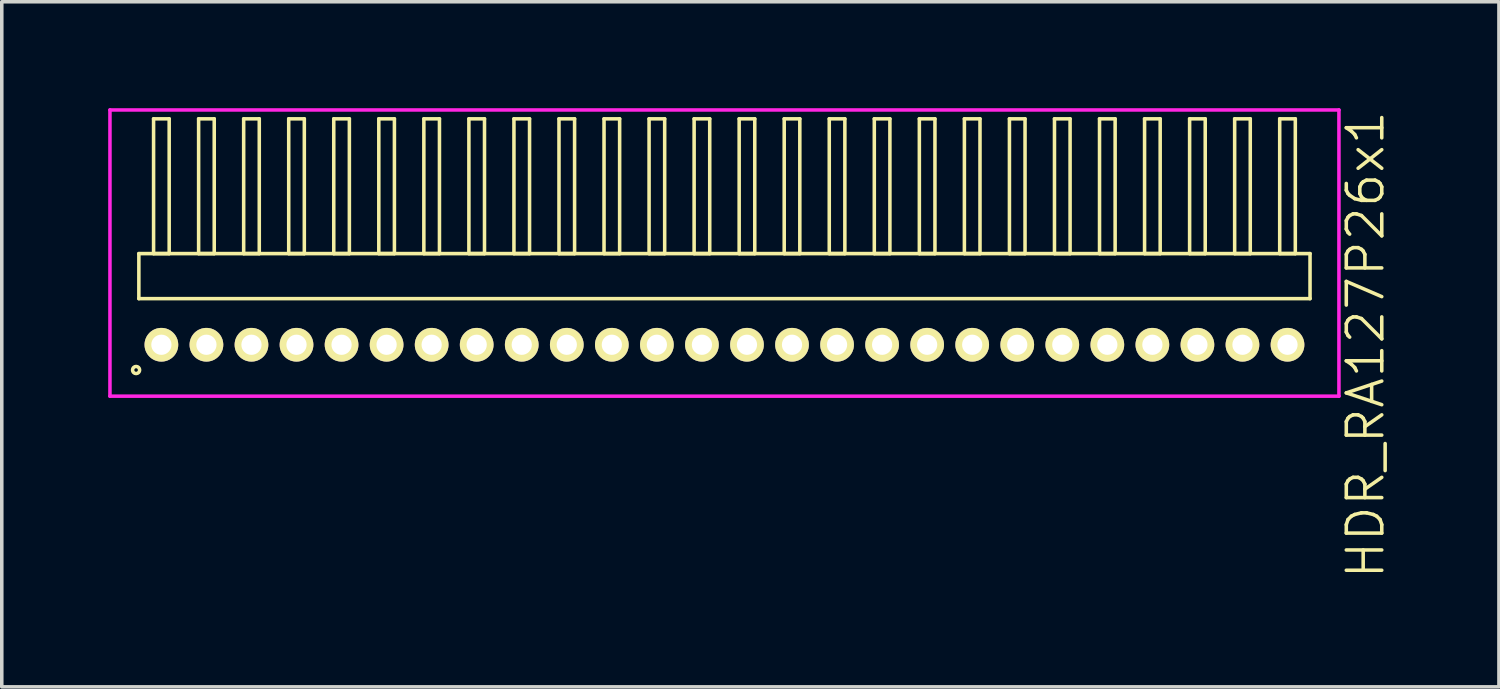
<source format=kicad_pcb>
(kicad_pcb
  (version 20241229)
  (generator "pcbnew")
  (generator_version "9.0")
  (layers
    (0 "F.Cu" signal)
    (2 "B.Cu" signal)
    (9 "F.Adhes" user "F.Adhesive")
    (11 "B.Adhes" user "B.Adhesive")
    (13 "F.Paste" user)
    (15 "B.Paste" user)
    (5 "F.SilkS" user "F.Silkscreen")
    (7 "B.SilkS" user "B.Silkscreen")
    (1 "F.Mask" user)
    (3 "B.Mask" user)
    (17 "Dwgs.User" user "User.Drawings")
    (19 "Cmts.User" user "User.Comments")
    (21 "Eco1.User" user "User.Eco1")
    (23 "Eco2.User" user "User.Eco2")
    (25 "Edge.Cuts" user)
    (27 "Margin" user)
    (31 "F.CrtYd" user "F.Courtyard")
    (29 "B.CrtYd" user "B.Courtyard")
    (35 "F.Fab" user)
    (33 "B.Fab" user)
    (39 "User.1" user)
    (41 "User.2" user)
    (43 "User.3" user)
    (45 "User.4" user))
  (footprint "HDR_RA127P26x1"
    (layer "F.Cu")
    (at 17.375 6.67)
    (property "Reference" "HDR_RA127P26x1" (at 18.075 0 90) (layer "F.SilkS") (effects (font (size 1 1) (thickness 0.1))))
    (attr through_hole)
    (fp_line (start -16.51 -2.57) (end -16.51 -1.3) (stroke (width 0.1) (type solid)) (layer "F.SilkS"))
    (fp_line (start -16.51 -1.3) (end 16.51 -1.3) (stroke (width 0.1) (type solid)) (layer "F.SilkS"))
    (fp_line (start -16.095 -6.37) (end -16.095 -2.57) (stroke (width 0.1) (type solid)) (layer "F.SilkS"))
    (fp_line (start -16.095 -2.57) (end -15.655 -2.57) (stroke (width 0.1) (type solid)) (layer "F.SilkS"))
    (fp_line (start -15.655 -6.37) (end -16.095 -6.37) (stroke (width 0.1) (type solid)) (layer "F.SilkS"))
    (fp_line (start -15.655 -2.57) (end -15.655 -6.37) (stroke (width 0.1) (type solid)) (layer "F.SilkS"))
    (fp_line (start -14.825 -6.37) (end -14.825 -2.57) (stroke (width 0.1) (type solid)) (layer "F.SilkS"))
    (fp_line (start -14.825 -2.57) (end -14.385 -2.57) (stroke (width 0.1) (type solid)) (layer "F.SilkS"))
    (fp_line (start -14.385 -6.37) (end -14.825 -6.37) (stroke (width 0.1) (type solid)) (layer "F.SilkS"))
    (fp_line (start -14.385 -2.57) (end -14.385 -6.37) (stroke (width 0.1) (type solid)) (layer "F.SilkS"))
    (fp_line (start -13.555 -6.37) (end -13.555 -2.57) (stroke (width 0.1) (type solid)) (layer "F.SilkS"))
    (fp_line (start -13.555 -2.57) (end -13.115 -2.57) (stroke (width 0.1) (type solid)) (layer "F.SilkS"))
    (fp_line (start -13.115 -6.37) (end -13.555 -6.37) (stroke (width 0.1) (type solid)) (layer "F.SilkS"))
    (fp_line (start -13.115 -2.57) (end -13.115 -6.37) (stroke (width 0.1) (type solid)) (layer "F.SilkS"))
    (fp_line (start -12.285 -6.37) (end -12.285 -2.57) (stroke (width 0.1) (type solid)) (layer "F.SilkS"))
    (fp_line (start -12.285 -2.57) (end -11.845 -2.57) (stroke (width 0.1) (type solid)) (layer "F.SilkS"))
    (fp_line (start -11.845 -6.37) (end -12.285 -6.37) (stroke (width 0.1) (type solid)) (layer "F.SilkS"))
    (fp_line (start -11.845 -2.57) (end -11.845 -6.37) (stroke (width 0.1) (type solid)) (layer "F.SilkS"))
    (fp_line (start -11.015 -6.37) (end -11.015 -2.57) (stroke (width 0.1) (type solid)) (layer "F.SilkS"))
    (fp_line (start -11.015 -2.57) (end -10.575 -2.57) (stroke (width 0.1) (type solid)) (layer "F.SilkS"))
    (fp_line (start -10.575 -6.37) (end -11.015 -6.37) (stroke (width 0.1) (type solid)) (layer "F.SilkS"))
    (fp_line (start -10.575 -2.57) (end -10.575 -6.37) (stroke (width 0.1) (type solid)) (layer "F.SilkS"))
    (fp_line (start -9.745 -6.37) (end -9.745 -2.57) (stroke (width 0.1) (type solid)) (layer "F.SilkS"))
    (fp_line (start -9.745 -2.57) (end -9.305 -2.57) (stroke (width 0.1) (type solid)) (layer "F.SilkS"))
    (fp_line (start -9.305 -6.37) (end -9.745 -6.37) (stroke (width 0.1) (type solid)) (layer "F.SilkS"))
    (fp_line (start -9.305 -2.57) (end -9.305 -6.37) (stroke (width 0.1) (type solid)) (layer "F.SilkS"))
    (fp_line (start -8.475 -6.37) (end -8.475 -2.57) (stroke (width 0.1) (type solid)) (layer "F.SilkS"))
    (fp_line (start -8.475 -2.57) (end -8.035 -2.57) (stroke (width 0.1) (type solid)) (layer "F.SilkS"))
    (fp_line (start -8.035 -6.37) (end -8.475 -6.37) (stroke (width 0.1) (type solid)) (layer "F.SilkS"))
    (fp_line (start -8.035 -2.57) (end -8.035 -6.37) (stroke (width 0.1) (type solid)) (layer "F.SilkS"))
    (fp_line (start -7.205 -6.37) (end -7.205 -2.57) (stroke (width 0.1) (type solid)) (layer "F.SilkS"))
    (fp_line (start -7.205 -2.57) (end -6.765 -2.57) (stroke (width 0.1) (type solid)) (layer "F.SilkS"))
    (fp_line (start -6.765 -6.37) (end -7.205 -6.37) (stroke (width 0.1) (type solid)) (layer "F.SilkS"))
    (fp_line (start -6.765 -2.57) (end -6.765 -6.37) (stroke (width 0.1) (type solid)) (layer "F.SilkS"))
    (fp_line (start -5.935 -6.37) (end -5.935 -2.57) (stroke (width 0.1) (type solid)) (layer "F.SilkS"))
    (fp_line (start -5.935 -2.57) (end -5.495 -2.57) (stroke (width 0.1) (type solid)) (layer "F.SilkS"))
    (fp_line (start -5.495 -6.37) (end -5.935 -6.37) (stroke (width 0.1) (type solid)) (layer "F.SilkS"))
    (fp_line (start -5.495 -2.57) (end -5.495 -6.37) (stroke (width 0.1) (type solid)) (layer "F.SilkS"))
    (fp_line (start -4.665 -6.37) (end -4.665 -2.57) (stroke (width 0.1) (type solid)) (layer "F.SilkS"))
    (fp_line (start -4.665 -2.57) (end -4.225 -2.57) (stroke (width 0.1) (type solid)) (layer "F.SilkS"))
    (fp_line (start -4.225 -6.37) (end -4.665 -6.37) (stroke (width 0.1) (type solid)) (layer "F.SilkS"))
    (fp_line (start -4.225 -2.57) (end -4.225 -6.37) (stroke (width 0.1) (type solid)) (layer "F.SilkS"))
    (fp_line (start -3.395 -6.37) (end -3.395 -2.57) (stroke (width 0.1) (type solid)) (layer "F.SilkS"))
    (fp_line (start -3.395 -2.57) (end -2.955 -2.57) (stroke (width 0.1) (type solid)) (layer "F.SilkS"))
    (fp_line (start -2.955 -6.37) (end -3.395 -6.37) (stroke (width 0.1) (type solid)) (layer "F.SilkS"))
    (fp_line (start -2.955 -2.57) (end -2.955 -6.37) (stroke (width 0.1) (type solid)) (layer "F.SilkS"))
    (fp_line (start -2.125 -6.37) (end -2.125 -2.57) (stroke (width 0.1) (type solid)) (layer "F.SilkS"))
    (fp_line (start -2.125 -2.57) (end -1.685 -2.57) (stroke (width 0.1) (type solid)) (layer "F.SilkS"))
    (fp_line (start -1.685 -6.37) (end -2.125 -6.37) (stroke (width 0.1) (type solid)) (layer "F.SilkS"))
    (fp_line (start -1.685 -2.57) (end -1.685 -6.37) (stroke (width 0.1) (type solid)) (layer "F.SilkS"))
    (fp_line (start -0.855 -6.37) (end -0.855 -2.57) (stroke (width 0.1) (type solid)) (layer "F.SilkS"))
    (fp_line (start -0.855 -2.57) (end -0.415 -2.57) (stroke (width 0.1) (type solid)) (layer "F.SilkS"))
    (fp_line (start -0.415 -6.37) (end -0.855 -6.37) (stroke (width 0.1) (type solid)) (layer "F.SilkS"))
    (fp_line (start -0.415 -2.57) (end -0.415 -6.37) (stroke (width 0.1) (type solid)) (layer "F.SilkS"))
    (fp_line (start 0.415 -6.37) (end 0.415 -2.57) (stroke (width 0.1) (type solid)) (layer "F.SilkS"))
    (fp_line (start 0.415 -2.57) (end 0.855 -2.57) (stroke (width 0.1) (type solid)) (layer "F.SilkS"))
    (fp_line (start 0.855 -6.37) (end 0.415 -6.37) (stroke (width 0.1) (type solid)) (layer "F.SilkS"))
    (fp_line (start 0.855 -2.57) (end 0.855 -6.37) (stroke (width 0.1) (type solid)) (layer "F.SilkS"))
    (fp_line (start 1.685 -6.37) (end 1.685 -2.57) (stroke (width 0.1) (type solid)) (layer "F.SilkS"))
    (fp_line (start 1.685 -2.57) (end 2.125 -2.57) (stroke (width 0.1) (type solid)) (layer "F.SilkS"))
    (fp_line (start 2.125 -6.37) (end 1.685 -6.37) (stroke (width 0.1) (type solid)) (layer "F.SilkS"))
    (fp_line (start 2.125 -2.57) (end 2.125 -6.37) (stroke (width 0.1) (type solid)) (layer "F.SilkS"))
    (fp_line (start 2.955 -6.37) (end 2.955 -2.57) (stroke (width 0.1) (type solid)) (layer "F.SilkS"))
    (fp_line (start 2.955 -2.57) (end 3.395 -2.57) (stroke (width 0.1) (type solid)) (layer "F.SilkS"))
    (fp_line (start 3.395 -6.37) (end 2.955 -6.37) (stroke (width 0.1) (type solid)) (layer "F.SilkS"))
    (fp_line (start 3.395 -2.57) (end 3.395 -6.37) (stroke (width 0.1) (type solid)) (layer "F.SilkS"))
    (fp_line (start 4.225 -6.37) (end 4.225 -2.57) (stroke (width 0.1) (type solid)) (layer "F.SilkS"))
    (fp_line (start 4.225 -2.57) (end 4.665 -2.57) (stroke (width 0.1) (type solid)) (layer "F.SilkS"))
    (fp_line (start 4.665 -6.37) (end 4.225 -6.37) (stroke (width 0.1) (type solid)) (layer "F.SilkS"))
    (fp_line (start 4.665 -2.57) (end 4.665 -6.37) (stroke (width 0.1) (type solid)) (layer "F.SilkS"))
    (fp_line (start 5.495 -6.37) (end 5.495 -2.57) (stroke (width 0.1) (type solid)) (layer "F.SilkS"))
    (fp_line (start 5.495 -2.57) (end 5.935 -2.57) (stroke (width 0.1) (type solid)) (layer "F.SilkS"))
    (fp_line (start 5.935 -6.37) (end 5.495 -6.37) (stroke (width 0.1) (type solid)) (layer "F.SilkS"))
    (fp_line (start 5.935 -2.57) (end 5.935 -6.37) (stroke (width 0.1) (type solid)) (layer "F.SilkS"))
    (fp_line (start 6.765 -6.37) (end 6.765 -2.57) (stroke (width 0.1) (type solid)) (layer "F.SilkS"))
    (fp_line (start 6.765 -2.57) (end 7.205 -2.57) (stroke (width 0.1) (type solid)) (layer "F.SilkS"))
    (fp_line (start 7.205 -6.37) (end 6.765 -6.37) (stroke (width 0.1) (type solid)) (layer "F.SilkS"))
    (fp_line (start 7.205 -2.57) (end 7.205 -6.37) (stroke (width 0.1) (type solid)) (layer "F.SilkS"))
    (fp_line (start 8.035 -6.37) (end 8.035 -2.57) (stroke (width 0.1) (type solid)) (layer "F.SilkS"))
    (fp_line (start 8.035 -2.57) (end 8.475 -2.57) (stroke (width 0.1) (type solid)) (layer "F.SilkS"))
    (fp_line (start 8.475 -6.37) (end 8.035 -6.37) (stroke (width 0.1) (type solid)) (layer "F.SilkS"))
    (fp_line (start 8.475 -2.57) (end 8.475 -6.37) (stroke (width 0.1) (type solid)) (layer "F.SilkS"))
    (fp_line (start 9.305 -6.37) (end 9.305 -2.57) (stroke (width 0.1) (type solid)) (layer "F.SilkS"))
    (fp_line (start 9.305 -2.57) (end 9.745 -2.57) (stroke (width 0.1) (type solid)) (layer "F.SilkS"))
    (fp_line (start 9.745 -6.37) (end 9.305 -6.37) (stroke (width 0.1) (type solid)) (layer "F.SilkS"))
    (fp_line (start 9.745 -2.57) (end 9.745 -6.37) (stroke (width 0.1) (type solid)) (layer "F.SilkS"))
    (fp_line (start 10.575 -6.37) (end 10.575 -2.57) (stroke (width 0.1) (type solid)) (layer "F.SilkS"))
    (fp_line (start 10.575 -2.57) (end 11.015 -2.57) (stroke (width 0.1) (type solid)) (layer "F.SilkS"))
    (fp_line (start 11.015 -6.37) (end 10.575 -6.37) (stroke (width 0.1) (type solid)) (layer "F.SilkS"))
    (fp_line (start 11.015 -2.57) (end 11.015 -6.37) (stroke (width 0.1) (type solid)) (layer "F.SilkS"))
    (fp_line (start 11.845 -6.37) (end 11.845 -2.57) (stroke (width 0.1) (type solid)) (layer "F.SilkS"))
    (fp_line (start 11.845 -2.57) (end 12.285 -2.57) (stroke (width 0.1) (type solid)) (layer "F.SilkS"))
    (fp_line (start 12.285 -6.37) (end 11.845 -6.37) (stroke (width 0.1) (type solid)) (layer "F.SilkS"))
    (fp_line (start 12.285 -2.57) (end 12.285 -6.37) (stroke (width 0.1) (type solid)) (layer "F.SilkS"))
    (fp_line (start 13.115 -6.37) (end 13.115 -2.57) (stroke (width 0.1) (type solid)) (layer "F.SilkS"))
    (fp_line (start 13.115 -2.57) (end 13.555 -2.57) (stroke (width 0.1) (type solid)) (layer "F.SilkS"))
    (fp_line (start 13.555 -6.37) (end 13.115 -6.37) (stroke (width 0.1) (type solid)) (layer "F.SilkS"))
    (fp_line (start 13.555 -2.57) (end 13.555 -6.37) (stroke (width 0.1) (type solid)) (layer "F.SilkS"))
    (fp_line (start 14.385 -6.37) (end 14.385 -2.57) (stroke (width 0.1) (type solid)) (layer "F.SilkS"))
    (fp_line (start 14.385 -2.57) (end 14.825 -2.57) (stroke (width 0.1) (type solid)) (layer "F.SilkS"))
    (fp_line (start 14.825 -6.37) (end 14.385 -6.37) (stroke (width 0.1) (type solid)) (layer "F.SilkS"))
    (fp_line (start 14.825 -2.57) (end 14.825 -6.37) (stroke (width 0.1) (type solid)) (layer "F.SilkS"))
    (fp_line (start 15.655 -6.37) (end 15.655 -2.57) (stroke (width 0.1) (type solid)) (layer "F.SilkS"))
    (fp_line (start 15.655 -2.57) (end 16.095 -2.57) (stroke (width 0.1) (type solid)) (layer "F.SilkS"))
    (fp_line (start 16.095 -6.37) (end 15.655 -6.37) (stroke (width 0.1) (type solid)) (layer "F.SilkS"))
    (fp_line (start 16.095 -2.57) (end 16.095 -6.37) (stroke (width 0.1) (type solid)) (layer "F.SilkS"))
    (fp_line (start 16.51 -2.57) (end -16.51 -2.57) (stroke (width 0.1) (type solid)) (layer "F.SilkS"))
    (fp_line (start 16.51 -1.3) (end 16.51 -2.57) (stroke (width 0.1) (type solid)) (layer "F.SilkS"))
    (fp_circle (center -16.588 0.712) (end -16.488 0.712) (stroke (width 0.1) (type solid)) (fill no) (layer "F.SilkS"))
    (fp_line (start -17.325 -6.62) (end -17.325 1.45) (stroke (width 0.1) (type solid)) (layer "F.CrtYd"))
    (fp_line (start -17.325 1.45) (end 17.325 1.45) (stroke (width 0.1) (type solid)) (layer "F.CrtYd"))
    (fp_line (start 17.325 -6.62) (end -17.325 -6.62) (stroke (width 0.1) (type solid)) (layer "F.CrtYd"))
    (fp_line (start 17.325 1.45) (end 17.325 -6.62) (stroke (width 0.1) (type solid)) (layer "F.CrtYd"))
    (pad "1" thru_hole oval (at -15.875 0) (size 0.95 0.95) (drill 0.57) (layers "*.Cu" "*.Mask" "F.SilkS"))
    (pad "2" thru_hole oval (at -14.605 0) (size 0.95 0.95) (drill 0.57) (layers "*.Cu" "*.Mask" "F.SilkS"))
    (pad "3" thru_hole oval (at -13.335 0) (size 0.95 0.95) (drill 0.57) (layers "*.Cu" "*.Mask" "F.SilkS"))
    (pad "4" thru_hole oval (at -12.065 0) (size 0.95 0.95) (drill 0.57) (layers "*.Cu" "*.Mask" "F.SilkS"))
    (pad "5" thru_hole oval (at -10.795 0) (size 0.95 0.95) (drill 0.57) (layers "*.Cu" "*.Mask" "F.SilkS"))
    (pad "6" thru_hole oval (at -9.525 0) (size 0.95 0.95) (drill 0.57) (layers "*.Cu" "*.Mask" "F.SilkS"))
    (pad "7" thru_hole oval (at -8.255 0) (size 0.95 0.95) (drill 0.57) (layers "*.Cu" "*.Mask" "F.SilkS"))
    (pad "8" thru_hole oval (at -6.985 0) (size 0.95 0.95) (drill 0.57) (layers "*.Cu" "*.Mask" "F.SilkS"))
    (pad "9" thru_hole oval (at -5.715 0) (size 0.95 0.95) (drill 0.57) (layers "*.Cu" "*.Mask" "F.SilkS"))
    (pad "10" thru_hole oval (at -4.445 0) (size 0.95 0.95) (drill 0.57) (layers "*.Cu" "*.Mask" "F.SilkS"))
    (pad "11" thru_hole oval (at -3.175 0) (size 0.95 0.95) (drill 0.57) (layers "*.Cu" "*.Mask" "F.SilkS"))
    (pad "12" thru_hole oval (at -1.905 0) (size 0.95 0.95) (drill 0.57) (layers "*.Cu" "*.Mask" "F.SilkS"))
    (pad "13" thru_hole oval (at -0.635 0) (size 0.95 0.95) (drill 0.57) (layers "*.Cu" "*.Mask" "F.SilkS"))
    (pad "14" thru_hole oval (at 0.635 0) (size 0.95 0.95) (drill 0.57) (layers "*.Cu" "*.Mask" "F.SilkS"))
    (pad "15" thru_hole oval (at 1.905 0) (size 0.95 0.95) (drill 0.57) (layers "*.Cu" "*.Mask" "F.SilkS"))
    (pad "16" thru_hole oval (at 3.175 0) (size 0.95 0.95) (drill 0.57) (layers "*.Cu" "*.Mask" "F.SilkS"))
    (pad "17" thru_hole oval (at 4.445 0) (size 0.95 0.95) (drill 0.57) (layers "*.Cu" "*.Mask" "F.SilkS"))
    (pad "18" thru_hole oval (at 5.715 0) (size 0.95 0.95) (drill 0.57) (layers "*.Cu" "*.Mask" "F.SilkS"))
    (pad "19" thru_hole oval (at 6.985 0) (size 0.95 0.95) (drill 0.57) (layers "*.Cu" "*.Mask" "F.SilkS"))
    (pad "20" thru_hole oval (at 8.255 0) (size 0.95 0.95) (drill 0.57) (layers "*.Cu" "*.Mask" "F.SilkS"))
    (pad "21" thru_hole oval (at 9.525 0) (size 0.95 0.95) (drill 0.57) (layers "*.Cu" "*.Mask" "F.SilkS"))
    (pad "22" thru_hole oval (at 10.795 0) (size 0.95 0.95) (drill 0.57) (layers "*.Cu" "*.Mask" "F.SilkS"))
    (pad "23" thru_hole oval (at 12.065 0) (size 0.95 0.95) (drill 0.57) (layers "*.Cu" "*.Mask" "F.SilkS"))
    (pad "24" thru_hole oval (at 13.335 0) (size 0.95 0.95) (drill 0.57) (layers "*.Cu" "*.Mask" "F.SilkS"))
    (pad "25" thru_hole oval (at 14.605 0) (size 0.95 0.95) (drill 0.57) (layers "*.Cu" "*.Mask" "F.SilkS"))
    (pad "26" thru_hole oval (at 15.875 0) (size 0.95 0.95) (drill 0.57) (layers "*.Cu" "*.Mask" "F.SilkS")))
  (gr_rect
    (start -3 -3)
    (end 39.211 16.315)
    (stroke (width 0.1) (type default))
    (fill no)
    (layer "Edge.Cuts")))
</source>
